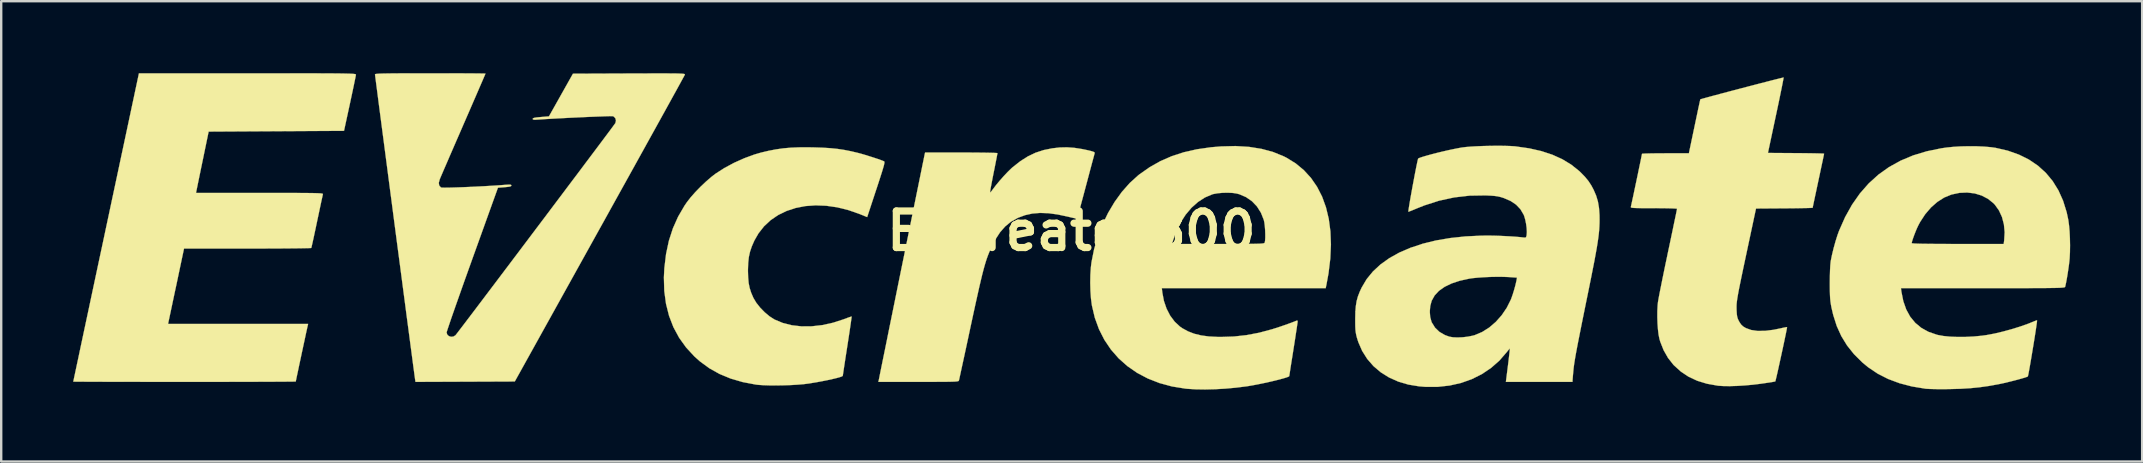
<source format=kicad_pcb>
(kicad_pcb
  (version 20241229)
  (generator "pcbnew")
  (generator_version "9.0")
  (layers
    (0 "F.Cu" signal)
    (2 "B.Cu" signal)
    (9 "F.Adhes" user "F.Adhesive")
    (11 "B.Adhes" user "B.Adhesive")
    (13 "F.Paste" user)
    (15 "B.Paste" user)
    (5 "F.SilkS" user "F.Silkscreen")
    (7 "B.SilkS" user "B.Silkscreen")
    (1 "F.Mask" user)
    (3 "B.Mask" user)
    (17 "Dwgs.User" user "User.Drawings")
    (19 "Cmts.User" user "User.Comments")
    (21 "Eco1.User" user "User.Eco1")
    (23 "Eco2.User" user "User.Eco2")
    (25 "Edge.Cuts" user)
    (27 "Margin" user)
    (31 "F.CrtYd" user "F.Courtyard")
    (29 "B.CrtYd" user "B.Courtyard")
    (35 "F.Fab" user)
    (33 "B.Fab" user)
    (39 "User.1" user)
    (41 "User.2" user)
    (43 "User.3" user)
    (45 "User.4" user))
  (footprint "EVcreate_800"
    (layer "F.Cu")
    (at 41.597 6.577)
    (property "Reference" "EVcreate_800" (at 0 0 0) (layer "F.SilkS") (effects (font (size 1.524 1.524) (thickness 0.3))))
    (attr through_hole)
    (fp_poly (pts (xy -10.741 -3.484) (xy -10.368 -3.472) (xy -10.043 -3.452) (xy -9.748 -3.422) (xy -9.467 -3.38) (xy -9.184 -3.324) (xy -8.892 -3.255) (xy -8.754 -3.218) (xy -8.59 -3.17) (xy -8.414 -3.115) (xy -8.238 -3.059) (xy -8.074 -3.005) (xy -7.938 -2.957) (xy -7.84 -2.919) (xy -7.802 -2.902) (xy -7.792 -2.888) (xy -7.789 -2.858) (xy -7.796 -2.808) (xy -7.813 -2.731) (xy -7.844 -2.622) (xy -7.888 -2.476) (xy -7.948 -2.287) (xy -8.025 -2.048) (xy -8.121 -1.756) (xy -8.131 -1.727) (xy -8.509 -0.58) (xy -8.818 -0.706) (xy -9.292 -0.872) (xy -9.76 -0.988) (xy -10.217 -1.053) (xy -10.661 -1.07) (xy -11.086 -1.039) (xy -11.49 -0.96) (xy -11.868 -0.836) (xy -12.216 -0.667) (xy -12.53 -0.454) (xy -12.806 -0.197) (xy -13.04 0.101) (xy -13.208 0.394) (xy -13.314 0.635) (xy -13.39 0.858) (xy -13.44 1.083) (xy -13.467 1.33) (xy -13.477 1.617) (xy -13.477 1.667) (xy -13.469 1.94) (xy -13.448 2.169) (xy -13.407 2.372) (xy -13.345 2.567) (xy -13.257 2.773) (xy -13.246 2.794) (xy -13.129 2.991) (xy -12.968 3.194) (xy -12.778 3.388) (xy -12.576 3.557) (xy -12.376 3.685) (xy -12.365 3.691) (xy -12.024 3.833) (xy -11.648 3.928) (xy -11.244 3.974) (xy -10.818 3.971) (xy -10.378 3.921) (xy -9.93 3.822) (xy -9.48 3.676) (xy -9.456 3.667) (xy -9.332 3.62) (xy -9.232 3.585) (xy -9.17 3.566) (xy -9.157 3.564) (xy -9.159 3.597) (xy -9.171 3.685) (xy -9.19 3.823) (xy -9.216 4.002) (xy -9.248 4.218) (xy -9.285 4.461) (xy -9.326 4.727) (xy -9.336 4.791) (xy -9.378 5.062) (xy -9.417 5.313) (xy -9.451 5.537) (xy -9.48 5.728) (xy -9.503 5.879) (xy -9.518 5.983) (xy -9.525 6.032) (xy -9.525 6.035) (xy -9.555 6.057) (xy -9.64 6.088) (xy -9.772 6.125) (xy -9.943 6.166) (xy -10.145 6.211) (xy -10.37 6.256) (xy -10.611 6.301) (xy -10.86 6.342) (xy -10.938 6.355) (xy -11.151 6.382) (xy -11.406 6.403) (xy -11.689 6.42) (xy -11.986 6.43) (xy -12.284 6.435) (xy -12.568 6.434) (xy -12.824 6.426) (xy -13.04 6.412) (xy -13.145 6.4) (xy -13.693 6.296) (xy -14.198 6.149) (xy -14.662 5.957) (xy -15.089 5.718) (xy -15.481 5.431) (xy -15.71 5.226) (xy -16.056 4.851) (xy -16.347 4.445) (xy -16.584 4.006) (xy -16.765 3.536) (xy -16.892 3.034) (xy -16.964 2.501) (xy -16.98 1.936) (xy -16.961 1.548) (xy -16.89 0.957) (xy -16.772 0.405) (xy -16.605 -0.111) (xy -16.388 -0.597) (xy -16.119 -1.058) (xy -16.024 -1.197) (xy -15.869 -1.397) (xy -15.675 -1.617) (xy -15.456 -1.843) (xy -15.228 -2.059) (xy -15.005 -2.252) (xy -14.827 -2.389) (xy -14.463 -2.623) (xy -14.058 -2.841) (xy -13.632 -3.032) (xy -13.208 -3.188) (xy -12.932 -3.268) (xy -12.611 -3.344) (xy -12.307 -3.402) (xy -12.006 -3.445) (xy -11.695 -3.472) (xy -11.359 -3.486) (xy -10.982 -3.488) (xy -10.741 -3.484)) (stroke (width 0.01) (type solid)) (fill yes) (layer "F.SilkS"))
    (fp_poly (pts (xy 0.125 -3.466) (xy 0.458 -3.414) (xy 0.708 -3.361) (xy 0.843 -3.327) (xy 0.925 -3.3) (xy 0.965 -3.276) (xy 0.973 -3.248) (xy 0.971 -3.244) (xy 0.96 -3.203) (xy 0.935 -3.107) (xy 0.896 -2.963) (xy 0.846 -2.777) (xy 0.787 -2.556) (xy 0.721 -2.307) (xy 0.649 -2.036) (xy 0.601 -1.857) (xy 0.527 -1.578) (xy 0.457 -1.317) (xy 0.394 -1.083) (xy 0.34 -0.881) (xy 0.295 -0.717) (xy 0.263 -0.598) (xy 0.243 -0.529) (xy 0.239 -0.515) (xy 0.207 -0.519) (xy 0.126 -0.536) (xy 0.007 -0.562) (xy -0.138 -0.597) (xy -0.149 -0.6) (xy -0.575 -0.69) (xy -0.958 -0.742) (xy -1.306 -0.754) (xy -1.625 -0.728) (xy -1.925 -0.662) (xy -2.212 -0.556) (xy -2.252 -0.537) (xy -2.522 -0.384) (xy -2.761 -0.188) (xy -2.974 0.056) (xy -3.166 0.353) (xy -3.271 0.554) (xy -3.33 0.678) (xy -3.384 0.795) (xy -3.434 0.911) (xy -3.481 1.031) (xy -3.527 1.158) (xy -3.572 1.299) (xy -3.619 1.457) (xy -3.668 1.636) (xy -3.721 1.842) (xy -3.778 2.08) (xy -3.842 2.353) (xy -3.912 2.667) (xy -3.992 3.026) (xy -4.081 3.435) (xy -4.181 3.898) (xy -4.254 4.239) (xy -4.327 4.581) (xy -4.397 4.906) (xy -4.462 5.208) (xy -4.522 5.481) (xy -4.574 5.72) (xy -4.617 5.92) (xy -4.651 6.075) (xy -4.674 6.18) (xy -4.686 6.229) (xy -4.686 6.231) (xy -4.693 6.243) (xy -4.709 6.254) (xy -4.74 6.262) (xy -4.789 6.269) (xy -4.863 6.275) (xy -4.966 6.279) (xy -5.104 6.282) (xy -5.281 6.284) (xy -5.503 6.285) (xy -5.774 6.286) (xy -6.101 6.286) (xy -6.372 6.287) (xy -8.041 6.287) (xy -8.023 6.199) (xy -8.002 6.097) (xy -7.971 5.941) (xy -7.93 5.737) (xy -7.879 5.487) (xy -7.82 5.197) (xy -7.753 4.87) (xy -7.68 4.51) (xy -7.602 4.122) (xy -7.518 3.71) (xy -7.43 3.278) (xy -7.339 2.83) (xy -7.246 2.371) (xy -7.151 1.904) (xy -7.055 1.433) (xy -6.959 0.963) (xy -6.865 0.499) (xy -6.772 0.043) (xy -6.682 -0.399) (xy -6.596 -0.824) (xy -6.514 -1.227) (xy -6.437 -1.605) (xy -6.366 -1.952) (xy -6.302 -2.266) (xy -6.246 -2.541) (xy -6.199 -2.774) (xy -6.16 -2.96) (xy -6.133 -3.096) (xy -6.116 -3.177) (xy -6.112 -3.199) (xy -6.095 -3.27) (xy -4.587 -3.27) (xy -4.285 -3.27) (xy -4.002 -3.268) (xy -3.746 -3.266) (xy -3.523 -3.263) (xy -3.339 -3.259) (xy -3.199 -3.255) (xy -3.111 -3.25) (xy -3.08 -3.245) (xy -3.08 -3.245) (xy -3.086 -3.208) (xy -3.103 -3.117) (xy -3.129 -2.982) (xy -3.163 -2.81) (xy -3.202 -2.61) (xy -3.239 -2.428) (xy -3.282 -2.212) (xy -3.319 -2.016) (xy -3.351 -1.849) (xy -3.374 -1.72) (xy -3.387 -1.637) (xy -3.389 -1.61) (xy -3.368 -1.619) (xy -3.323 -1.668) (xy -3.284 -1.721) (xy -3.151 -1.897) (xy -2.992 -2.09) (xy -2.821 -2.284) (xy -2.652 -2.463) (xy -2.499 -2.612) (xy -2.447 -2.658) (xy -2.124 -2.912) (xy -1.81 -3.111) (xy -1.491 -3.263) (xy -1.155 -3.373) (xy -0.794 -3.446) (xy -0.484 -3.481) (xy -0.183 -3.488) (xy 0.125 -3.466)) (stroke (width 0.01) (type solid)) (fill yes) (layer "F.SilkS"))
    (fp_poly (pts (xy 7.407 -3.506) (xy 7.931 -3.422) (xy 8.415 -3.29) (xy 8.859 -3.108) (xy 8.963 -3.055) (xy 9.349 -2.818) (xy 9.69 -2.535) (xy 9.988 -2.209) (xy 10.241 -1.841) (xy 10.449 -1.434) (xy 10.611 -0.987) (xy 10.727 -0.505) (xy 10.796 0.014) (xy 10.817 0.565) (xy 10.791 1.149) (xy 10.717 1.763) (xy 10.634 2.215) (xy 10.6 2.381) (xy 3.77 2.381) (xy 3.791 2.564) (xy 3.857 2.913) (xy 3.968 3.237) (xy 4.119 3.529) (xy 4.307 3.78) (xy 4.527 3.984) (xy 4.62 4.049) (xy 4.859 4.18) (xy 5.118 4.28) (xy 5.407 4.351) (xy 5.734 4.395) (xy 6.109 4.414) (xy 6.239 4.415) (xy 6.775 4.397) (xy 7.298 4.339) (xy 7.821 4.24) (xy 8.36 4.096) (xy 8.7 3.987) (xy 8.876 3.926) (xy 9.039 3.868) (xy 9.178 3.818) (xy 9.277 3.78) (xy 9.311 3.767) (xy 9.386 3.735) (xy 9.42 3.732) (xy 9.429 3.757) (xy 9.43 3.773) (xy 9.425 3.817) (xy 9.411 3.917) (xy 9.39 4.063) (xy 9.361 4.25) (xy 9.328 4.469) (xy 9.29 4.713) (xy 9.255 4.933) (xy 9.215 5.189) (xy 9.177 5.425) (xy 9.144 5.634) (xy 9.117 5.808) (xy 9.097 5.939) (xy 9.084 6.022) (xy 9.081 6.048) (xy 9.051 6.07) (xy 8.967 6.102) (xy 8.838 6.141) (xy 8.673 6.186) (xy 8.479 6.235) (xy 8.266 6.285) (xy 8.043 6.334) (xy 7.816 6.381) (xy 7.597 6.423) (xy 7.392 6.459) (xy 7.287 6.475) (xy 6.862 6.528) (xy 6.426 6.568) (xy 5.991 6.593) (xy 5.571 6.603) (xy 5.181 6.597) (xy 4.834 6.576) (xy 4.747 6.567) (xy 4.192 6.477) (xy 3.671 6.336) (xy 3.186 6.146) (xy 2.739 5.91) (xy 2.333 5.629) (xy 1.969 5.305) (xy 1.649 4.939) (xy 1.376 4.535) (xy 1.152 4.093) (xy 0.978 3.616) (xy 0.857 3.104) (xy 0.855 3.091) (xy 0.818 2.813) (xy 0.796 2.495) (xy 0.787 2.157) (xy 0.793 1.821) (xy 0.814 1.508) (xy 0.839 1.302) (xy 0.946 0.766) (xy 1.012 0.54) (xy 4.194 0.54) (xy 6.115 0.54) (xy 6.512 0.54) (xy 6.852 0.539) (xy 7.137 0.539) (xy 7.372 0.537) (xy 7.564 0.535) (xy 7.715 0.532) (xy 7.832 0.529) (xy 7.918 0.524) (xy 7.978 0.518) (xy 8.018 0.511) (xy 8.041 0.502) (xy 8.053 0.491) (xy 8.057 0.484) (xy 8.073 0.406) (xy 8.081 0.282) (xy 8.081 0.127) (xy 8.075 -0.04) (xy 8.062 -0.205) (xy 8.044 -0.349) (xy 8.021 -0.458) (xy 8.021 -0.46) (xy 7.901 -0.761) (xy 7.735 -1.023) (xy 7.527 -1.241) (xy 7.281 -1.412) (xy 7.002 -1.532) (xy 6.902 -1.559) (xy 6.733 -1.586) (xy 6.527 -1.596) (xy 6.308 -1.592) (xy 6.098 -1.573) (xy 5.92 -1.541) (xy 5.874 -1.528) (xy 5.567 -1.398) (xy 5.277 -1.21) (xy 5.008 -0.971) (xy 4.765 -0.684) (xy 4.552 -0.356) (xy 4.374 0.009) (xy 4.242 0.38) (xy 4.194 0.54) (xy 1.012 0.54) (xy 1.1 0.239) (xy 1.297 -0.271) (xy 1.533 -0.758) (xy 1.804 -1.213) (xy 2.106 -1.631) (xy 2.436 -2.003) (xy 2.789 -2.323) (xy 2.839 -2.362) (xy 3.264 -2.66) (xy 3.71 -2.912) (xy 4.184 -3.119) (xy 4.689 -3.283) (xy 5.232 -3.406) (xy 5.818 -3.49) (xy 6.238 -3.525) (xy 6.843 -3.54) (xy 7.407 -3.506)) (stroke (width 0.01) (type solid)) (fill yes) (layer "F.SilkS"))
    (fp_poly (pts (xy -33.709 -6.572) (xy -33.143 -6.572) (xy -32.635 -6.572) (xy -32.181 -6.571) (xy -31.779 -6.571) (xy -31.424 -6.57) (xy -31.115 -6.569) (xy -30.848 -6.568) (xy -30.62 -6.566) (xy -30.428 -6.564) (xy -30.269 -6.561) (xy -30.14 -6.558) (xy -30.037 -6.555) (xy -29.959 -6.551) (xy -29.901 -6.546) (xy -29.86 -6.541) (xy -29.835 -6.535) (xy -29.821 -6.528) (xy -29.815 -6.521) (xy -29.814 -6.517) (xy -29.821 -6.474) (xy -29.84 -6.376) (xy -29.87 -6.231) (xy -29.908 -6.046) (xy -29.954 -5.828) (xy -30.006 -5.584) (xy -30.062 -5.322) (xy -30.063 -5.318) (xy -30.311 -4.175) (xy -33.132 -4.159) (xy -35.952 -4.143) (xy -36.195 -2.969) (xy -36.251 -2.7) (xy -36.303 -2.448) (xy -36.35 -2.219) (xy -36.391 -2.021) (xy -36.423 -1.863) (xy -36.446 -1.751) (xy -36.458 -1.693) (xy -36.459 -1.691) (xy -36.479 -1.587) (xy -33.827 -1.587) (xy -33.354 -1.587) (xy -32.942 -1.587) (xy -32.585 -1.587) (xy -32.279 -1.586) (xy -32.021 -1.585) (xy -31.807 -1.583) (xy -31.632 -1.581) (xy -31.494 -1.578) (xy -31.387 -1.574) (xy -31.308 -1.57) (xy -31.252 -1.564) (xy -31.217 -1.558) (xy -31.198 -1.55) (xy -31.19 -1.542) (xy -31.191 -1.532) (xy -31.201 -1.489) (xy -31.222 -1.391) (xy -31.254 -1.246) (xy -31.293 -1.061) (xy -31.339 -0.845) (xy -31.39 -0.604) (xy -31.434 -0.397) (xy -31.487 -0.144) (xy -31.537 0.089) (xy -31.581 0.296) (xy -31.619 0.468) (xy -31.649 0.599) (xy -31.668 0.68) (xy -31.675 0.706) (xy -31.708 0.71) (xy -31.801 0.713) (xy -31.947 0.716) (xy -32.142 0.72) (xy -32.383 0.722) (xy -32.663 0.725) (xy -32.979 0.727) (xy -33.325 0.728) (xy -33.698 0.73) (xy -34.091 0.73) (xy -34.334 0.73) (xy -36.978 0.73) (xy -37.178 1.675) (xy -37.236 1.952) (xy -37.298 2.245) (xy -37.361 2.538) (xy -37.42 2.816) (xy -37.472 3.062) (xy -37.511 3.246) (xy -37.644 3.873) (xy -31.807 3.873) (xy -31.824 3.945) (xy -31.836 3.995) (xy -31.858 4.097) (xy -31.89 4.241) (xy -31.928 4.42) (xy -31.972 4.625) (xy -32.02 4.848) (xy -32.07 5.08) (xy -32.119 5.312) (xy -32.168 5.538) (xy -32.212 5.748) (xy -32.251 5.933) (xy -32.284 6.086) (xy -32.307 6.198) (xy -32.32 6.261) (xy -32.322 6.271) (xy -32.353 6.273) (xy -32.444 6.275) (xy -32.591 6.276) (xy -32.792 6.278) (xy -33.042 6.279) (xy -33.338 6.281) (xy -33.676 6.282) (xy -34.053 6.283) (xy -34.466 6.284) (xy -34.91 6.285) (xy -35.383 6.286) (xy -35.88 6.286) (xy -36.399 6.286) (xy -36.936 6.286) (xy -36.957 6.287) (xy -37.494 6.286) (xy -38.014 6.286) (xy -38.512 6.286) (xy -38.986 6.285) (xy -39.431 6.285) (xy -39.845 6.284) (xy -40.224 6.283) (xy -40.564 6.282) (xy -40.861 6.281) (xy -41.113 6.28) (xy -41.316 6.279) (xy -41.465 6.278) (xy -41.559 6.277) (xy -41.592 6.275) (xy -41.593 6.275) (xy -41.586 6.244) (xy -41.567 6.153) (xy -41.536 6.006) (xy -41.493 5.805) (xy -41.44 5.554) (xy -41.376 5.256) (xy -41.304 4.913) (xy -41.222 4.528) (xy -41.132 4.105) (xy -41.034 3.646) (xy -40.929 3.153) (xy -40.818 2.631) (xy -40.701 2.082) (xy -40.579 1.508) (xy -40.452 0.914) (xy -40.321 0.301) (xy -40.243 -0.067) (xy -40.11 -0.69) (xy -39.981 -1.298) (xy -39.855 -1.887) (xy -39.734 -2.454) (xy -39.619 -2.996) (xy -39.509 -3.51) (xy -39.406 -3.993) (xy -39.31 -4.443) (xy -39.222 -4.856) (xy -39.143 -5.229) (xy -39.072 -5.56) (xy -39.012 -5.845) (xy -38.961 -6.082) (xy -38.922 -6.267) (xy -38.894 -6.397) (xy -38.878 -6.47) (xy -38.875 -6.485) (xy -38.857 -6.572) (xy -34.335 -6.572) (xy -33.709 -6.572)) (stroke (width 0.01) (type solid)) (fill yes) (layer "F.SilkS"))
    (fp_poly (pts (xy 37.728 -3.531) (xy 38.041 -3.517) (xy 38.32 -3.493) (xy 38.513 -3.466) (xy 39.021 -3.349) (xy 39.485 -3.185) (xy 39.905 -2.977) (xy 40.28 -2.723) (xy 40.61 -2.424) (xy 40.896 -2.08) (xy 41.135 -1.693) (xy 41.329 -1.262) (xy 41.477 -0.787) (xy 41.547 -0.46) (xy 41.576 -0.245) (xy 41.599 0.015) (xy 41.613 0.302) (xy 41.619 0.597) (xy 41.615 0.882) (xy 41.602 1.139) (xy 41.594 1.224) (xy 41.575 1.393) (xy 41.548 1.585) (xy 41.518 1.785) (xy 41.486 1.977) (xy 41.455 2.145) (xy 41.427 2.275) (xy 41.414 2.326) (xy 41.409 2.334) (xy 41.397 2.342) (xy 41.373 2.349) (xy 41.336 2.355) (xy 41.281 2.36) (xy 41.204 2.365) (xy 41.103 2.369) (xy 40.973 2.372) (xy 40.811 2.374) (xy 40.614 2.377) (xy 40.378 2.378) (xy 40.099 2.379) (xy 39.774 2.38) (xy 39.399 2.381) (xy 38.972 2.381) (xy 38.487 2.381) (xy 37.985 2.381) (xy 34.572 2.381) (xy 34.592 2.532) (xy 34.671 2.925) (xy 34.793 3.272) (xy 34.959 3.574) (xy 35.17 3.829) (xy 35.424 4.039) (xy 35.722 4.203) (xy 36.065 4.321) (xy 36.111 4.333) (xy 36.343 4.375) (xy 36.622 4.403) (xy 36.936 4.415) (xy 37.269 4.413) (xy 37.609 4.396) (xy 37.94 4.364) (xy 38.148 4.335) (xy 38.471 4.274) (xy 38.825 4.19) (xy 39.191 4.09) (xy 39.548 3.979) (xy 39.876 3.863) (xy 40.081 3.78) (xy 40.169 3.744) (xy 40.229 3.724) (xy 40.244 3.722) (xy 40.243 3.756) (xy 40.232 3.844) (xy 40.213 3.978) (xy 40.188 4.149) (xy 40.157 4.348) (xy 40.122 4.568) (xy 40.084 4.8) (xy 40.045 5.034) (xy 40.007 5.264) (xy 39.97 5.48) (xy 39.936 5.674) (xy 39.907 5.838) (xy 39.883 5.963) (xy 39.866 6.04) (xy 39.86 6.061) (xy 39.816 6.081) (xy 39.721 6.113) (xy 39.587 6.152) (xy 39.424 6.197) (xy 39.244 6.244) (xy 39.057 6.29) (xy 38.875 6.334) (xy 38.709 6.37) (xy 38.64 6.384) (xy 38.238 6.457) (xy 37.852 6.511) (xy 37.463 6.55) (xy 37.05 6.575) (xy 36.608 6.587) (xy 36.376 6.59) (xy 36.151 6.59) (xy 35.945 6.587) (xy 35.77 6.582) (xy 35.64 6.575) (xy 35.592 6.571) (xy 35.027 6.477) (xy 34.509 6.342) (xy 34.034 6.164) (xy 33.6 5.943) (xy 33.203 5.676) (xy 32.956 5.471) (xy 32.613 5.129) (xy 32.325 4.768) (xy 32.088 4.381) (xy 31.897 3.961) (xy 31.75 3.501) (xy 31.678 3.193) (xy 31.653 3.06) (xy 31.635 2.936) (xy 31.622 2.807) (xy 31.614 2.659) (xy 31.609 2.48) (xy 31.607 2.255) (xy 31.607 2.159) (xy 31.61 1.879) (xy 31.617 1.633) (xy 31.628 1.429) (xy 31.643 1.277) (xy 31.649 1.238) (xy 31.701 0.985) (xy 31.769 0.706) (xy 31.825 0.506) (xy 35.02 0.506) (xy 35.044 0.513) (xy 35.117 0.52) (xy 35.241 0.526) (xy 35.417 0.531) (xy 35.649 0.534) (xy 35.937 0.537) (xy 36.284 0.539) (xy 36.691 0.54) (xy 36.937 0.54) (xy 38.853 0.54) (xy 38.874 0.392) (xy 38.894 0.051) (xy 38.863 -0.276) (xy 38.783 -0.583) (xy 38.656 -0.859) (xy 38.484 -1.098) (xy 38.43 -1.155) (xy 38.201 -1.34) (xy 37.936 -1.478) (xy 37.644 -1.567) (xy 37.332 -1.604) (xy 37.009 -1.59) (xy 36.684 -1.521) (xy 36.671 -1.517) (xy 36.374 -1.395) (xy 36.09 -1.214) (xy 35.825 -0.982) (xy 35.584 -0.701) (xy 35.373 -0.379) (xy 35.294 -0.231) (xy 35.238 -0.111) (xy 35.179 0.029) (xy 35.122 0.176) (xy 35.073 0.313) (xy 35.037 0.425) (xy 35.021 0.497) (xy 35.02 0.506) (xy 31.825 0.506) (xy 31.847 0.425) (xy 31.929 0.166) (xy 31.994 -0.012) (xy 32.246 -0.581) (xy 32.535 -1.098) (xy 32.862 -1.565) (xy 33.226 -1.98) (xy 33.63 -2.347) (xy 34.073 -2.663) (xy 34.557 -2.931) (xy 35.081 -3.151) (xy 35.647 -3.322) (xy 36.255 -3.447) (xy 36.47 -3.478) (xy 36.754 -3.507) (xy 37.069 -3.526) (xy 37.399 -3.533) (xy 37.728 -3.531)) (stroke (width 0.01) (type solid)) (fill yes) (layer "F.SilkS"))
    (fp_poly (pts (xy 29.678 -6.364) (xy 29.662 -6.275) (xy 29.635 -6.136) (xy 29.599 -5.953) (xy 29.553 -5.731) (xy 29.501 -5.476) (xy 29.442 -5.195) (xy 29.378 -4.894) (xy 29.362 -4.819) (xy 29.029 -3.254) (xy 30.199 -3.246) (xy 30.465 -3.244) (xy 30.709 -3.241) (xy 30.925 -3.238) (xy 31.106 -3.234) (xy 31.245 -3.23) (xy 31.335 -3.227) (xy 31.369 -3.223) (xy 31.369 -3.223) (xy 31.363 -3.189) (xy 31.344 -3.101) (xy 31.316 -2.964) (xy 31.278 -2.787) (xy 31.233 -2.576) (xy 31.183 -2.338) (xy 31.131 -2.096) (xy 31.076 -1.839) (xy 31.026 -1.602) (xy 30.981 -1.393) (xy 30.944 -1.218) (xy 30.916 -1.084) (xy 30.898 -0.998) (xy 30.893 -0.968) (xy 30.862 -0.965) (xy 30.775 -0.961) (xy 30.638 -0.957) (xy 30.459 -0.954) (xy 30.244 -0.95) (xy 30.001 -0.947) (xy 29.736 -0.945) (xy 29.712 -0.945) (xy 28.532 -0.937) (xy 28.173 0.746) (xy 28.083 1.169) (xy 28.005 1.536) (xy 27.939 1.85) (xy 27.884 2.117) (xy 27.838 2.343) (xy 27.801 2.531) (xy 27.773 2.688) (xy 27.751 2.819) (xy 27.736 2.927) (xy 27.726 3.019) (xy 27.721 3.1) (xy 27.72 3.174) (xy 27.721 3.247) (xy 27.723 3.315) (xy 27.732 3.465) (xy 27.748 3.573) (xy 27.775 3.662) (xy 27.818 3.752) (xy 27.833 3.78) (xy 27.908 3.894) (xy 27.991 3.974) (xy 28.108 4.044) (xy 28.109 4.045) (xy 28.329 4.125) (xy 28.595 4.164) (xy 28.906 4.161) (xy 29.26 4.117) (xy 29.538 4.06) (xy 29.662 4.032) (xy 29.76 4.013) (xy 29.817 4.004) (xy 29.826 4.005) (xy 29.822 4.038) (xy 29.806 4.125) (xy 29.78 4.256) (xy 29.745 4.424) (xy 29.704 4.62) (xy 29.658 4.836) (xy 29.609 5.063) (xy 29.559 5.292) (xy 29.51 5.516) (xy 29.464 5.726) (xy 29.422 5.913) (xy 29.386 6.068) (xy 29.358 6.184) (xy 29.341 6.253) (xy 29.336 6.267) (xy 29.3 6.276) (xy 29.212 6.293) (xy 29.08 6.314) (xy 28.916 6.338) (xy 28.729 6.365) (xy 28.716 6.367) (xy 28.393 6.406) (xy 28.066 6.435) (xy 27.747 6.455) (xy 27.451 6.464) (xy 27.188 6.462) (xy 26.972 6.449) (xy 26.933 6.444) (xy 26.486 6.364) (xy 26.084 6.241) (xy 25.723 6.073) (xy 25.4 5.858) (xy 25.111 5.596) (xy 25.09 5.574) (xy 24.866 5.29) (xy 24.681 4.965) (xy 24.541 4.611) (xy 24.507 4.493) (xy 24.472 4.32) (xy 24.446 4.101) (xy 24.428 3.854) (xy 24.419 3.594) (xy 24.42 3.338) (xy 24.432 3.104) (xy 24.446 2.966) (xy 24.46 2.882) (xy 24.485 2.743) (xy 24.521 2.555) (xy 24.567 2.325) (xy 24.62 2.06) (xy 24.68 1.766) (xy 24.745 1.45) (xy 24.815 1.119) (xy 24.862 0.891) (xy 24.932 0.563) (xy 24.997 0.253) (xy 25.057 -0.032) (xy 25.11 -0.288) (xy 25.156 -0.508) (xy 25.194 -0.688) (xy 25.221 -0.821) (xy 25.237 -0.903) (xy 25.241 -0.927) (xy 25.211 -0.933) (xy 25.125 -0.939) (xy 24.99 -0.944) (xy 24.815 -0.948) (xy 24.608 -0.951) (xy 24.375 -0.952) (xy 24.271 -0.953) (xy 23.997 -0.953) (xy 23.78 -0.954) (xy 23.614 -0.955) (xy 23.492 -0.959) (xy 23.407 -0.964) (xy 23.354 -0.971) (xy 23.325 -0.98) (xy 23.315 -0.993) (xy 23.317 -1.008) (xy 23.327 -1.052) (xy 23.348 -1.148) (xy 23.378 -1.288) (xy 23.416 -1.462) (xy 23.458 -1.663) (xy 23.504 -1.881) (xy 23.552 -2.108) (xy 23.6 -2.335) (xy 23.645 -2.553) (xy 23.687 -2.755) (xy 23.724 -2.93) (xy 23.752 -3.071) (xy 23.772 -3.169) (xy 23.781 -3.215) (xy 23.781 -3.217) (xy 23.811 -3.223) (xy 23.898 -3.227) (xy 24.032 -3.231) (xy 24.207 -3.235) (xy 24.415 -3.237) (xy 24.648 -3.238) (xy 24.758 -3.239) (xy 25.735 -3.239) (xy 25.97 -4.358) (xy 26.024 -4.615) (xy 26.074 -4.852) (xy 26.118 -5.062) (xy 26.156 -5.237) (xy 26.185 -5.371) (xy 26.204 -5.456) (xy 26.211 -5.486) (xy 26.243 -5.497) (xy 26.33 -5.522) (xy 26.464 -5.559) (xy 26.64 -5.607) (xy 26.85 -5.664) (xy 27.088 -5.727) (xy 27.347 -5.796) (xy 27.621 -5.868) (xy 27.902 -5.942) (xy 28.185 -6.016) (xy 28.461 -6.088) (xy 28.726 -6.157) (xy 28.971 -6.22) (xy 29.191 -6.277) (xy 29.378 -6.324) (xy 29.526 -6.361) (xy 29.628 -6.386) (xy 29.678 -6.397) (xy 29.682 -6.397) (xy 29.678 -6.364)) (stroke (width 0.01) (type solid)) (fill yes) (layer "F.SilkS"))
    (fp_poly (pts (xy 18.041 -3.549) (xy 18.28 -3.542) (xy 18.475 -3.53) (xy 18.52 -3.525) (xy 19.079 -3.445) (xy 19.587 -3.33) (xy 20.046 -3.179) (xy 20.459 -2.992) (xy 20.83 -2.767) (xy 21.16 -2.503) (xy 21.22 -2.447) (xy 21.404 -2.259) (xy 21.55 -2.081) (xy 21.672 -1.893) (xy 21.765 -1.718) (xy 21.87 -1.475) (xy 21.944 -1.228) (xy 21.989 -0.962) (xy 22.01 -0.659) (xy 22.012 -0.476) (xy 22.01 -0.33) (xy 22.004 -0.186) (xy 21.995 -0.038) (xy 21.98 0.119) (xy 21.959 0.29) (xy 21.931 0.482) (xy 21.896 0.701) (xy 21.851 0.951) (xy 21.798 1.239) (xy 21.733 1.57) (xy 21.658 1.95) (xy 21.57 2.385) (xy 21.539 2.537) (xy 21.438 3.032) (xy 21.349 3.47) (xy 21.271 3.855) (xy 21.204 4.192) (xy 21.146 4.484) (xy 21.096 4.737) (xy 21.055 4.955) (xy 21.02 5.143) (xy 20.992 5.305) (xy 20.969 5.446) (xy 20.95 5.571) (xy 20.935 5.683) (xy 20.924 5.788) (xy 20.914 5.89) (xy 20.905 5.994) (xy 20.901 6.038) (xy 20.882 6.287) (xy 18.109 6.287) (xy 18.196 5.596) (xy 18.221 5.394) (xy 18.242 5.215) (xy 18.259 5.068) (xy 18.27 4.961) (xy 18.274 4.904) (xy 18.274 4.897) (xy 18.252 4.915) (xy 18.203 4.973) (xy 18.138 5.055) (xy 17.835 5.404) (xy 17.489 5.707) (xy 17.106 5.964) (xy 16.688 6.173) (xy 16.24 6.332) (xy 15.765 6.439) (xy 15.269 6.494) (xy 14.754 6.494) (xy 14.493 6.473) (xy 14.042 6.399) (xy 13.623 6.275) (xy 13.24 6.104) (xy 12.894 5.888) (xy 12.59 5.63) (xy 12.331 5.332) (xy 12.119 4.997) (xy 11.958 4.628) (xy 11.9 4.443) (xy 11.872 4.331) (xy 11.852 4.226) (xy 11.839 4.113) (xy 11.832 3.978) (xy 11.83 3.806) (xy 11.83 3.651) (xy 11.836 3.367) (xy 11.837 3.355) (xy 14.937 3.355) (xy 14.954 3.582) (xy 15.009 3.782) (xy 15.022 3.812) (xy 15.156 4.028) (xy 15.339 4.203) (xy 15.568 4.336) (xy 15.748 4.402) (xy 15.901 4.429) (xy 16.096 4.437) (xy 16.312 4.428) (xy 16.532 4.401) (xy 16.736 4.36) (xy 16.816 4.337) (xy 17.122 4.207) (xy 17.416 4.021) (xy 17.689 3.786) (xy 17.934 3.51) (xy 18.145 3.199) (xy 18.314 2.862) (xy 18.329 2.825) (xy 18.388 2.659) (xy 18.449 2.463) (xy 18.504 2.264) (xy 18.545 2.088) (xy 18.554 2.043) (xy 18.571 1.943) (xy 18.231 1.919) (xy 18.009 1.91) (xy 17.753 1.908) (xy 17.478 1.913) (xy 17.203 1.925) (xy 16.944 1.943) (xy 16.719 1.965) (xy 16.589 1.984) (xy 16.191 2.071) (xy 15.846 2.185) (xy 15.555 2.326) (xy 15.319 2.493) (xy 15.14 2.685) (xy 15.019 2.902) (xy 15.015 2.912) (xy 14.957 3.125) (xy 14.937 3.355) (xy 11.837 3.355) (xy 11.855 3.13) (xy 11.888 2.923) (xy 11.941 2.73) (xy 12.016 2.535) (xy 12.098 2.358) (xy 12.305 2.008) (xy 12.567 1.687) (xy 12.883 1.394) (xy 13.25 1.132) (xy 13.667 0.899) (xy 14.131 0.699) (xy 14.641 0.53) (xy 15.194 0.394) (xy 15.789 0.293) (xy 16.425 0.225) (xy 17.097 0.193) (xy 17.367 0.191) (xy 17.574 0.193) (xy 17.808 0.2) (xy 18.054 0.211) (xy 18.297 0.224) (xy 18.521 0.239) (xy 18.71 0.255) (xy 18.834 0.27) (xy 18.911 0.276) (xy 18.949 0.257) (xy 18.969 0.196) (xy 18.974 0.167) (xy 18.983 0.041) (xy 18.974 -0.123) (xy 18.95 -0.303) (xy 18.914 -0.479) (xy 18.87 -0.629) (xy 18.849 -0.679) (xy 18.714 -0.909) (xy 18.533 -1.099) (xy 18.303 -1.253) (xy 18.022 -1.374) (xy 17.986 -1.386) (xy 17.873 -1.42) (xy 17.765 -1.444) (xy 17.645 -1.461) (xy 17.499 -1.473) (xy 17.31 -1.482) (xy 17.238 -1.484) (xy 16.592 -1.474) (xy 15.955 -1.4) (xy 15.326 -1.264) (xy 14.706 -1.065) (xy 14.427 -0.954) (xy 14.286 -0.895) (xy 14.168 -0.847) (xy 14.084 -0.815) (xy 14.046 -0.804) (xy 14.045 -0.804) (xy 14.046 -0.838) (xy 14.058 -0.926) (xy 14.079 -1.059) (xy 14.107 -1.229) (xy 14.141 -1.426) (xy 14.18 -1.642) (xy 14.221 -1.868) (xy 14.264 -2.096) (xy 14.305 -2.317) (xy 14.345 -2.522) (xy 14.381 -2.704) (xy 14.412 -2.852) (xy 14.436 -2.958) (xy 14.451 -3.015) (xy 14.454 -3.021) (xy 14.525 -3.053) (xy 14.648 -3.094) (xy 14.814 -3.143) (xy 15.011 -3.197) (xy 15.23 -3.254) (xy 15.462 -3.31) (xy 15.695 -3.364) (xy 15.921 -3.412) (xy 16.128 -3.453) (xy 16.272 -3.479) (xy 16.441 -3.5) (xy 16.661 -3.518) (xy 16.917 -3.532) (xy 17.196 -3.543) (xy 17.485 -3.549) (xy 17.771 -3.552) (xy 18.041 -3.549)) (stroke (width 0.01) (type solid)) (fill yes) (layer "F.SilkS"))
    (fp_poly (pts (xy -26.342 -6.572) (xy -25.985 -6.572) (xy -25.652 -6.571) (xy -25.348 -6.57) (xy -25.078 -6.568) (xy -24.848 -6.567) (xy -24.661 -6.565) (xy -24.524 -6.563) (xy -24.44 -6.561) (xy -24.416 -6.559) (xy -24.428 -6.529) (xy -24.464 -6.444) (xy -24.521 -6.311) (xy -24.598 -6.134) (xy -24.692 -5.916) (xy -24.801 -5.664) (xy -24.924 -5.381) (xy -25.058 -5.071) (xy -25.202 -4.741) (xy -25.34 -4.424) (xy -25.492 -4.073) (xy -25.639 -3.737) (xy -25.776 -3.42) (xy -25.904 -3.126) (xy -26.018 -2.861) (xy -26.118 -2.631) (xy -26.201 -2.439) (xy -26.264 -2.292) (xy -26.306 -2.193) (xy -26.323 -2.151) (xy -26.361 -2.007) (xy -26.344 -1.896) (xy -26.274 -1.819) (xy -26.261 -1.812) (xy -26.217 -1.806) (xy -26.117 -1.805) (xy -25.969 -1.806) (xy -25.78 -1.811) (xy -25.558 -1.818) (xy -25.311 -1.827) (xy -25.046 -1.839) (xy -24.77 -1.852) (xy -24.491 -1.866) (xy -24.218 -1.882) (xy -23.956 -1.898) (xy -23.715 -1.915) (xy -23.598 -1.924) (xy -23.468 -1.932) (xy -23.388 -1.932) (xy -23.349 -1.922) (xy -23.336 -1.901) (xy -23.336 -1.896) (xy -23.35 -1.871) (xy -23.399 -1.852) (xy -23.492 -1.838) (xy -23.616 -1.826) (xy -23.896 -1.804) (xy -24.966 1.17) (xy -25.116 1.588) (xy -25.26 1.99) (xy -25.396 2.372) (xy -25.522 2.73) (xy -25.639 3.06) (xy -25.743 3.358) (xy -25.834 3.618) (xy -25.909 3.839) (xy -25.968 4.014) (xy -26.01 4.14) (xy -26.032 4.213) (xy -26.035 4.229) (xy -26.008 4.319) (xy -25.94 4.38) (xy -25.848 4.409) (xy -25.751 4.398) (xy -25.665 4.344) (xy -25.664 4.342) (xy -25.634 4.305) (xy -25.569 4.221) (xy -25.471 4.093) (xy -25.342 3.924) (xy -25.185 3.717) (xy -25.002 3.476) (xy -24.796 3.204) (xy -24.568 2.903) (xy -24.322 2.577) (xy -24.059 2.23) (xy -23.783 1.864) (xy -23.495 1.483) (xy -23.198 1.089) (xy -22.894 0.686) (xy -22.586 0.277) (xy -22.276 -0.134) (xy -21.966 -0.545) (xy -21.659 -0.953) (xy -21.358 -1.353) (xy -21.064 -1.744) (xy -20.78 -2.121) (xy -20.508 -2.482) (xy -20.252 -2.824) (xy -20.012 -3.143) (xy -19.792 -3.436) (xy -19.594 -3.7) (xy -19.421 -3.932) (xy -19.274 -4.128) (xy -19.157 -4.286) (xy -19.071 -4.403) (xy -19.019 -4.474) (xy -19.003 -4.496) (xy -18.978 -4.599) (xy -19.001 -4.695) (xy -19.064 -4.765) (xy -19.109 -4.785) (xy -19.154 -4.787) (xy -19.255 -4.786) (xy -19.405 -4.782) (xy -19.595 -4.775) (xy -19.819 -4.767) (xy -20.07 -4.757) (xy -20.339 -4.745) (xy -20.62 -4.732) (xy -20.904 -4.719) (xy -21.185 -4.704) (xy -21.454 -4.69) (xy -21.706 -4.676) (xy -21.931 -4.663) (xy -22.123 -4.65) (xy -22.217 -4.644) (xy -22.338 -4.637) (xy -22.409 -4.639) (xy -22.441 -4.653) (xy -22.447 -4.674) (xy -22.434 -4.697) (xy -22.388 -4.715) (xy -22.3 -4.731) (xy -22.161 -4.745) (xy -22.108 -4.75) (xy -21.77 -4.778) (xy -20.77 -6.556) (xy -18.43 -6.565) (xy -17.988 -6.566) (xy -17.606 -6.567) (xy -17.279 -6.568) (xy -17.002 -6.568) (xy -16.772 -6.567) (xy -16.585 -6.566) (xy -16.435 -6.564) (xy -16.32 -6.56) (xy -16.235 -6.556) (xy -16.175 -6.551) (xy -16.136 -6.545) (xy -16.114 -6.537) (xy -16.106 -6.528) (xy -16.106 -6.518) (xy -16.106 -6.517) (xy -16.122 -6.484) (xy -16.169 -6.399) (xy -16.243 -6.263) (xy -16.344 -6.078) (xy -16.47 -5.849) (xy -16.621 -5.576) (xy -16.794 -5.262) (xy -16.988 -4.911) (xy -17.202 -4.524) (xy -17.435 -4.103) (xy -17.685 -3.652) (xy -17.95 -3.173) (xy -18.23 -2.668) (xy -18.523 -2.14) (xy -18.828 -1.591) (xy -19.143 -1.023) (xy -19.466 -0.44) (xy -19.658 -0.095) (xy -23.194 6.271) (xy -25.263 6.279) (xy -27.331 6.287) (xy -27.351 6.168) (xy -27.357 6.12) (xy -27.372 6.015) (xy -27.393 5.854) (xy -27.422 5.642) (xy -27.456 5.382) (xy -27.496 5.078) (xy -27.542 4.734) (xy -27.592 4.353) (xy -27.647 3.939) (xy -27.706 3.496) (xy -27.767 3.027) (xy -27.832 2.535) (xy -27.899 2.025) (xy -27.968 1.5) (xy -28.039 0.964) (xy -28.111 0.42) (xy -28.183 -0.128) (xy -28.255 -0.676) (xy -28.326 -1.22) (xy -28.397 -1.758) (xy -28.466 -2.286) (xy -28.533 -2.799) (xy -28.598 -3.294) (xy -28.66 -3.768) (xy -28.719 -4.217) (xy -28.774 -4.636) (xy -28.825 -5.024) (xy -28.871 -5.375) (xy -28.911 -5.687) (xy -28.946 -5.956) (xy -28.975 -6.177) (xy -28.997 -6.348) (xy -29.012 -6.465) (xy -29.019 -6.523) (xy -29.02 -6.53) (xy -29.01 -6.538) (xy -28.98 -6.545) (xy -28.925 -6.551) (xy -28.841 -6.557) (xy -28.725 -6.561) (xy -28.571 -6.564) (xy -28.378 -6.567) (xy -28.14 -6.569) (xy -27.853 -6.571) (xy -27.515 -6.572) (xy -27.12 -6.572) (xy -26.718 -6.572) (xy -26.342 -6.572)) (stroke (width 0.01) (type solid)) (fill yes) (layer "F.SilkS")))
  (gr_rect
    (start -3 -3)
    (end 86.221 16.185)
    (stroke (width 0.1) (type default))
    (fill no)
    (layer "Edge.Cuts")))
</source>
